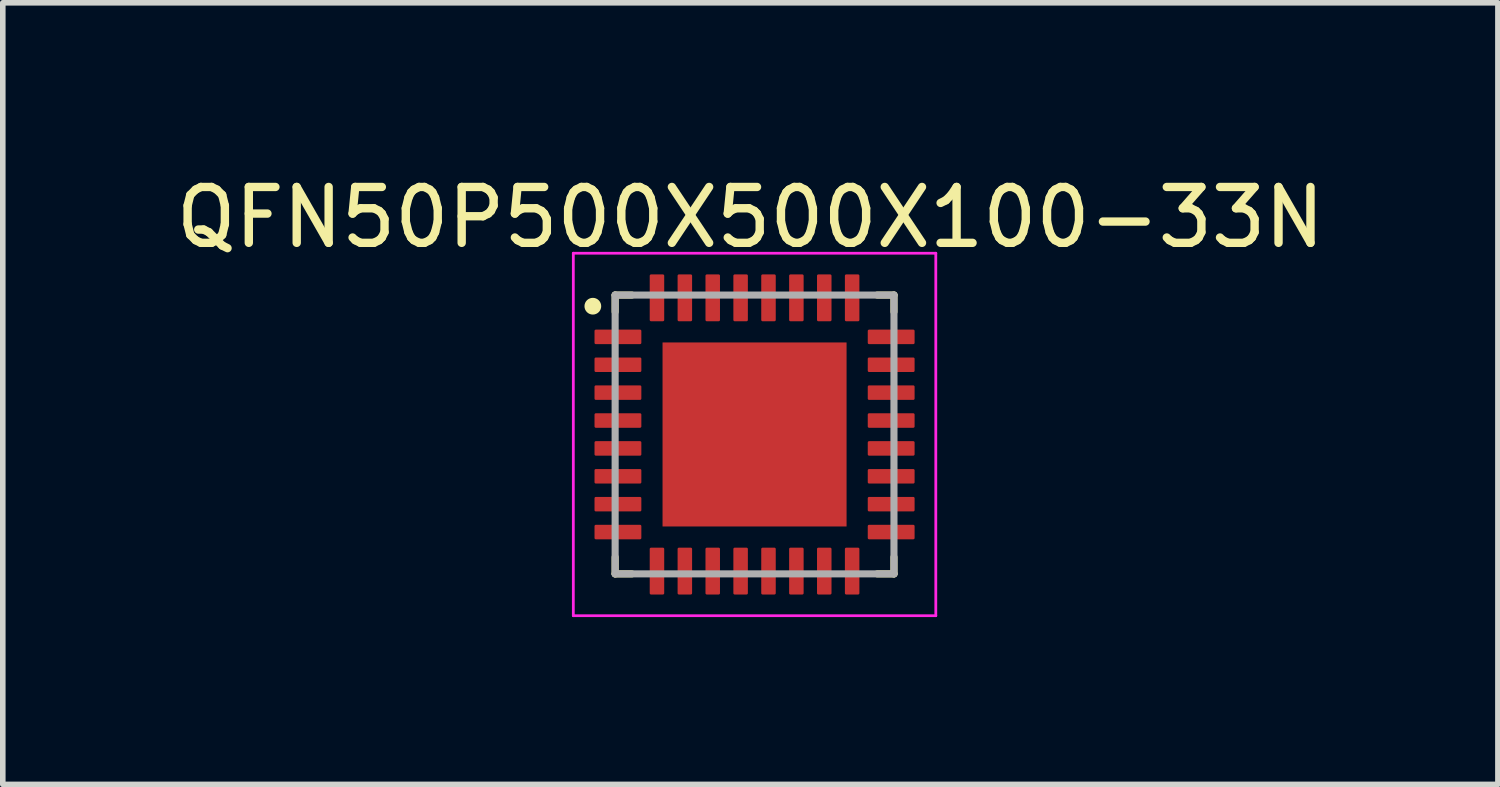
<source format=kicad_pcb>
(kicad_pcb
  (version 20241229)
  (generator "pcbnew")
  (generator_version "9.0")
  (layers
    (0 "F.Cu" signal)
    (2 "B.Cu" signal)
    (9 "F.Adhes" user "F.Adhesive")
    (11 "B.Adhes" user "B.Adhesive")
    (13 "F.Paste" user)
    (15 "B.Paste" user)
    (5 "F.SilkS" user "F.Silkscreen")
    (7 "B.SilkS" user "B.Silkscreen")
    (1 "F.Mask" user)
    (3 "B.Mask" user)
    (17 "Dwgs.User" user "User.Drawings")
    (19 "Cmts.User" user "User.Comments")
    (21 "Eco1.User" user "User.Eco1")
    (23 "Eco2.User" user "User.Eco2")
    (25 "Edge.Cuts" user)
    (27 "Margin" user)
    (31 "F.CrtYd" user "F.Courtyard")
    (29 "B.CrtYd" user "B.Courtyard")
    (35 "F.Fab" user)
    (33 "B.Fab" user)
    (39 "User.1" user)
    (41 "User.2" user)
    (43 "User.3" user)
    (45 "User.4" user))
  (footprint "QFN50P500X500X100-33N"
    (layer "F.Cu")
    (at 10.481 4.741)
    (property "Reference" "QFN50P500X500X100-33N" (at -0.075 -3.892 0) (layer "F.SilkS") (effects (font (size 1.002 1.002) (thickness 0.15))))
    (attr smd)
    (fp_line (start -2.5 -2.5) (end -2.5 -2.2) (stroke (width 0.127) (type solid)) (layer "F.SilkS"))
    (fp_line (start -2.5 2.2) (end -2.5 2.5) (stroke (width 0.127) (type solid)) (layer "F.SilkS"))
    (fp_line (start -2.5 2.5) (end -2.2 2.5) (stroke (width 0.127) (type solid)) (layer "F.SilkS"))
    (fp_line (start -2.2 -2.5) (end -2.5 -2.5) (stroke (width 0.127) (type solid)) (layer "F.SilkS"))
    (fp_line (start 2.2 -2.5) (end 2.5 -2.5) (stroke (width 0.127) (type solid)) (layer "F.SilkS"))
    (fp_line (start 2.2 2.5) (end 2.5 2.5) (stroke (width 0.127) (type solid)) (layer "F.SilkS"))
    (fp_line (start 2.5 -2.5) (end 2.5 -2.2) (stroke (width 0.127) (type solid)) (layer "F.SilkS"))
    (fp_line (start 2.5 2.5) (end 2.5 2.2) (stroke (width 0.127) (type solid)) (layer "F.SilkS"))
    (fp_circle (center -2.9 -2.3) (end -2.75 -2.3) (stroke (width 0) (type solid)) (fill yes) (layer "F.SilkS"))
    (fp_poly (pts (xy -1.051 -1.05) (xy 1.05 -1.05) (xy 1.05 1.051) (xy -1.051 1.051)) (stroke (width 0.01) (type solid)) (fill yes) (layer "F.Paste"))
    (fp_line (start -3.25 -3.25) (end 3.25 -3.25) (stroke (width 0.05) (type solid)) (layer "F.CrtYd"))
    (fp_line (start -3.25 3.25) (end -3.25 -3.25) (stroke (width 0.05) (type solid)) (layer "F.CrtYd"))
    (fp_line (start 3.25 -3.25) (end 3.25 3.25) (stroke (width 0.05) (type solid)) (layer "F.CrtYd"))
    (fp_line (start 3.25 3.25) (end -3.25 3.25) (stroke (width 0.05) (type solid)) (layer "F.CrtYd"))
    (fp_line (start -2.5 -2.5) (end 2.5 -2.5) (stroke (width 0.127) (type solid)) (layer "F.Fab"))
    (fp_line (start -2.5 2.5) (end -2.5 -2.5) (stroke (width 0.127) (type solid)) (layer "F.Fab"))
    (fp_line (start 2.5 -2.5) (end 2.5 2.5) (stroke (width 0.127) (type solid)) (layer "F.Fab"))
    (fp_line (start 2.5 2.5) (end -2.5 2.5) (stroke (width 0.127) (type solid)) (layer "F.Fab"))
    (pad "1" smd roundrect (at -2.45 -1.75) (size 0.84 0.26) (layers "F.Cu" "F.Mask" "F.Paste") (roundrect_rratio 0.09))
    (pad "2" smd roundrect (at -2.45 -1.25) (size 0.84 0.26) (layers "F.Cu" "F.Mask" "F.Paste") (roundrect_rratio 0.09))
    (pad "3" smd roundrect (at -2.45 -0.75) (size 0.84 0.26) (layers "F.Cu" "F.Mask" "F.Paste") (roundrect_rratio 0.09))
    (pad "4" smd roundrect (at -2.45 -0.25) (size 0.84 0.26) (layers "F.Cu" "F.Mask" "F.Paste") (roundrect_rratio 0.09))
    (pad "5" smd roundrect (at -2.45 0.25) (size 0.84 0.26) (layers "F.Cu" "F.Mask" "F.Paste") (roundrect_rratio 0.09))
    (pad "6" smd roundrect (at -2.45 0.75) (size 0.84 0.26) (layers "F.Cu" "F.Mask" "F.Paste") (roundrect_rratio 0.09))
    (pad "7" smd roundrect (at -2.45 1.25) (size 0.84 0.26) (layers "F.Cu" "F.Mask" "F.Paste") (roundrect_rratio 0.09))
    (pad "8" smd roundrect (at -2.45 1.75) (size 0.84 0.26) (layers "F.Cu" "F.Mask" "F.Paste") (roundrect_rratio 0.09))
    (pad "9" smd roundrect (at -1.75 2.45 90) (size 0.84 0.26) (layers "F.Cu" "F.Mask" "F.Paste") (roundrect_rratio 0.09))
    (pad "10" smd roundrect (at -1.25 2.45 90) (size 0.84 0.26) (layers "F.Cu" "F.Mask" "F.Paste") (roundrect_rratio 0.09))
    (pad "11" smd roundrect (at -0.75 2.45 90) (size 0.84 0.26) (layers "F.Cu" "F.Mask" "F.Paste") (roundrect_rratio 0.09))
    (pad "12" smd roundrect (at -0.25 2.45 90) (size 0.84 0.26) (layers "F.Cu" "F.Mask" "F.Paste") (roundrect_rratio 0.09))
    (pad "13" smd roundrect (at 0.25 2.45 90) (size 0.84 0.26) (layers "F.Cu" "F.Mask" "F.Paste") (roundrect_rratio 0.09))
    (pad "14" smd roundrect (at 0.75 2.45 90) (size 0.84 0.26) (layers "F.Cu" "F.Mask" "F.Paste") (roundrect_rratio 0.09))
    (pad "15" smd roundrect (at 1.25 2.45 90) (size 0.84 0.26) (layers "F.Cu" "F.Mask" "F.Paste") (roundrect_rratio 0.09))
    (pad "16" smd roundrect (at 1.75 2.45 90) (size 0.84 0.26) (layers "F.Cu" "F.Mask" "F.Paste") (roundrect_rratio 0.09))
    (pad "17" smd roundrect (at 2.45 1.75 180) (size 0.84 0.26) (layers "F.Cu" "F.Mask" "F.Paste") (roundrect_rratio 0.09))
    (pad "18" smd roundrect (at 2.45 1.25 180) (size 0.84 0.26) (layers "F.Cu" "F.Mask" "F.Paste") (roundrect_rratio 0.09))
    (pad "19" smd roundrect (at 2.45 0.75 180) (size 0.84 0.26) (layers "F.Cu" "F.Mask" "F.Paste") (roundrect_rratio 0.09))
    (pad "20" smd roundrect (at 2.45 0.25 180) (size 0.84 0.26) (layers "F.Cu" "F.Mask" "F.Paste") (roundrect_rratio 0.09))
    (pad "21" smd roundrect (at 2.45 -0.25 180) (size 0.84 0.26) (layers "F.Cu" "F.Mask" "F.Paste") (roundrect_rratio 0.09))
    (pad "22" smd roundrect (at 2.45 -0.75 180) (size 0.84 0.26) (layers "F.Cu" "F.Mask" "F.Paste") (roundrect_rratio 0.09))
    (pad "23" smd roundrect (at 2.45 -1.25 180) (size 0.84 0.26) (layers "F.Cu" "F.Mask" "F.Paste") (roundrect_rratio 0.09))
    (pad "24" smd roundrect (at 2.45 -1.75 180) (size 0.84 0.26) (layers "F.Cu" "F.Mask" "F.Paste") (roundrect_rratio 0.09))
    (pad "25" smd roundrect (at 1.75 -2.45 270) (size 0.84 0.26) (layers "F.Cu" "F.Mask" "F.Paste") (roundrect_rratio 0.09))
    (pad "26" smd roundrect (at 1.25 -2.45 270) (size 0.84 0.26) (layers "F.Cu" "F.Mask" "F.Paste") (roundrect_rratio 0.09))
    (pad "27" smd roundrect (at 0.75 -2.45 270) (size 0.84 0.26) (layers "F.Cu" "F.Mask" "F.Paste") (roundrect_rratio 0.09))
    (pad "28" smd roundrect (at 0.25 -2.45 270) (size 0.84 0.26) (layers "F.Cu" "F.Mask" "F.Paste") (roundrect_rratio 0.09))
    (pad "29" smd roundrect (at -0.25 -2.45 270) (size 0.84 0.26) (layers "F.Cu" "F.Mask" "F.Paste") (roundrect_rratio 0.09))
    (pad "30" smd roundrect (at -0.75 -2.45 270) (size 0.84 0.26) (layers "F.Cu" "F.Mask" "F.Paste") (roundrect_rratio 0.09))
    (pad "31" smd roundrect (at -1.25 -2.45 270) (size 0.84 0.26) (layers "F.Cu" "F.Mask" "F.Paste") (roundrect_rratio 0.09))
    (pad "32" smd roundrect (at -1.75 -2.45 270) (size 0.84 0.26) (layers "F.Cu" "F.Mask" "F.Paste") (roundrect_rratio 0.09))
    (pad "33" smd rect (at 0 0 270) (size 3.3 3.3) (layers "F.Cu" "F.Mask")))
  (gr_rect
    (start -3 -3)
    (end 23.811 11.016)
    (stroke (width 0.1) (type default))
    (fill no)
    (layer "Edge.Cuts")))
</source>
